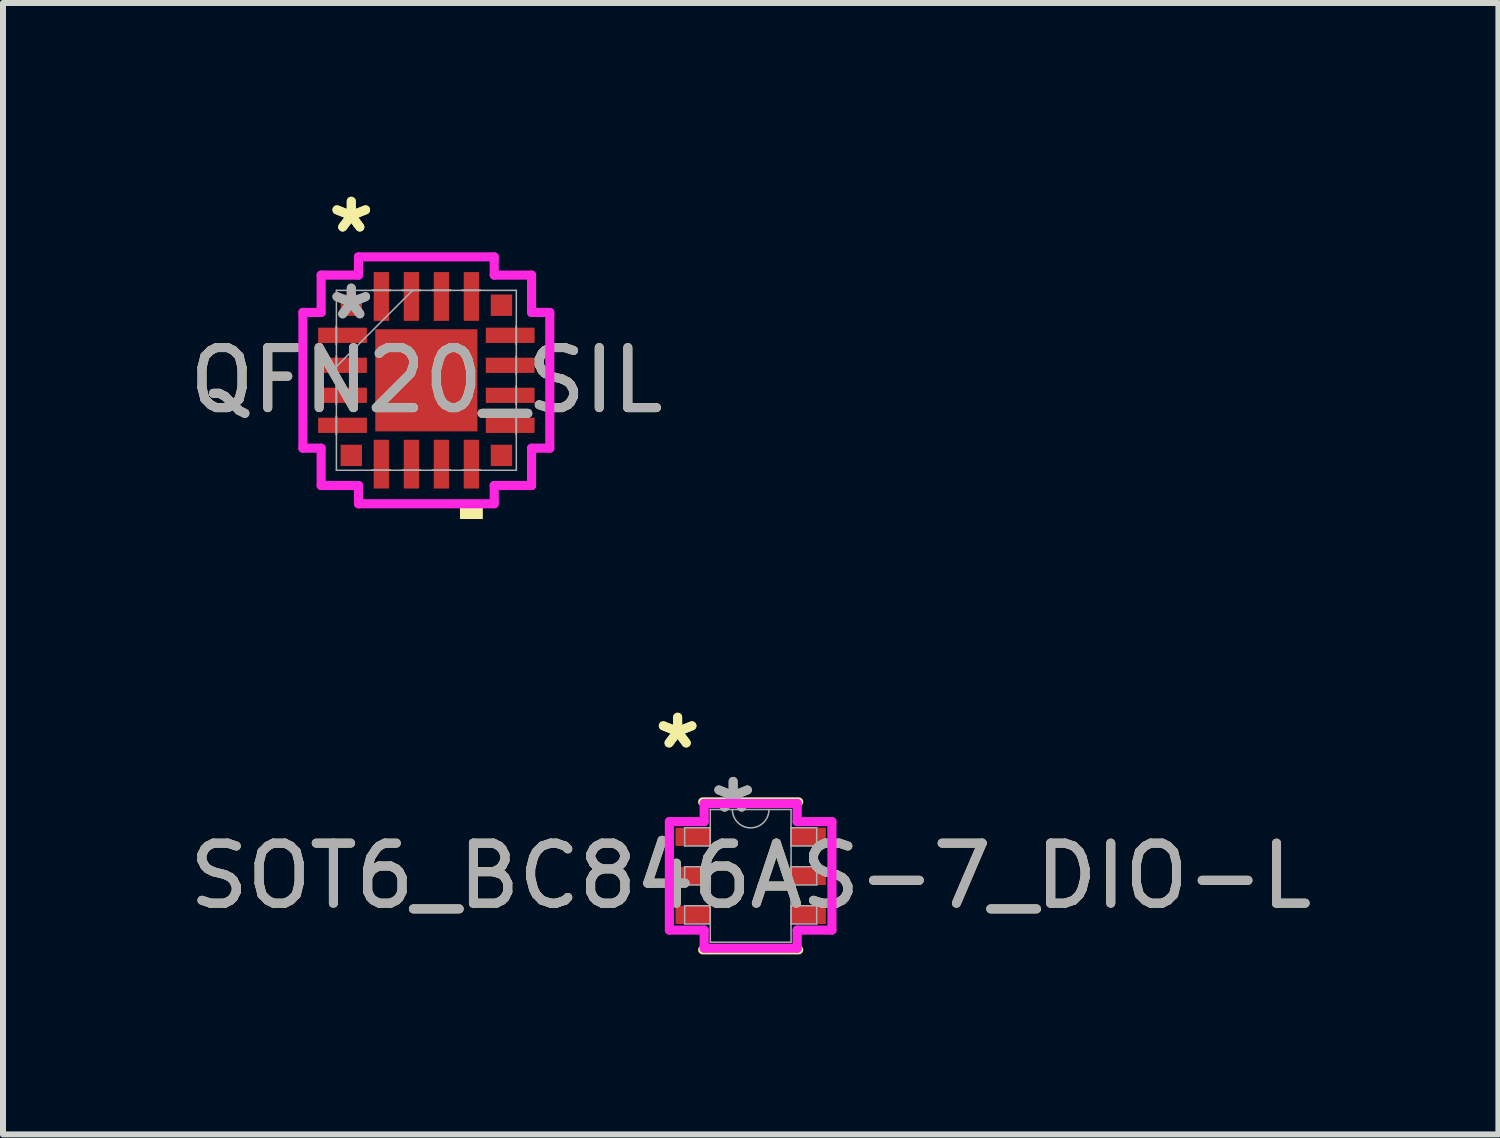
<source format=kicad_pcb>
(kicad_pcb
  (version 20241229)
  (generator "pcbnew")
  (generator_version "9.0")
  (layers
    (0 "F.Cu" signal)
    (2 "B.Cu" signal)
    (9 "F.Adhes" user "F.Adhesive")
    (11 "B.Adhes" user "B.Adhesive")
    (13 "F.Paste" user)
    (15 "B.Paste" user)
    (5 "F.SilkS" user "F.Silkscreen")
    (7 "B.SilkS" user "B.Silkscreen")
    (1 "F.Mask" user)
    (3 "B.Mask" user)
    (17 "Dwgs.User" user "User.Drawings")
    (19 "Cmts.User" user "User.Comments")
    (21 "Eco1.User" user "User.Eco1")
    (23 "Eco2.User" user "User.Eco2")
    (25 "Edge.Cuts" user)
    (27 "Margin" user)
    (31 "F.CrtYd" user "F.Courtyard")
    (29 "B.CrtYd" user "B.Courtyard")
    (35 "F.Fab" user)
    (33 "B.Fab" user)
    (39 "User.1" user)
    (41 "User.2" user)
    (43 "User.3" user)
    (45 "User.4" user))
  (footprint "QFN20_SIL"
    (layer "F.Cu")
    (at 4.054 3.287)
    (property "Reference" "QFN20_SIL" (at 0 0 0) (unlocked yes) (layer "F.SilkS") (effects (font (size 1 1) (thickness 0.15))))
    (attr smd)
    (fp_poly (pts (xy 0.56 2.057) (xy 0.56 2.311) (xy 0.941 2.311) (xy 0.941 2.057)) (stroke (width 0) (type solid)) (fill yes) (layer "F.SilkS"))
    (fp_line (start -2.057 -1.131) (end -1.753 -1.131) (stroke (width 0.152) (type solid)) (layer "F.CrtYd"))
    (fp_line (start -2.057 1.131) (end -2.057 -1.131) (stroke (width 0.152) (type solid)) (layer "F.CrtYd"))
    (fp_line (start -2.057 1.131) (end -1.753 1.131) (stroke (width 0.152) (type solid)) (layer "F.CrtYd"))
    (fp_line (start -1.753 -1.753) (end -1.131 -1.753) (stroke (width 0.152) (type solid)) (layer "F.CrtYd"))
    (fp_line (start -1.753 -1.131) (end -1.753 -1.753) (stroke (width 0.152) (type solid)) (layer "F.CrtYd"))
    (fp_line (start -1.753 1.753) (end -1.753 1.131) (stroke (width 0.152) (type solid)) (layer "F.CrtYd"))
    (fp_line (start -1.131 -2.057) (end 1.131 -2.057) (stroke (width 0.152) (type solid)) (layer "F.CrtYd"))
    (fp_line (start -1.131 -1.753) (end -1.131 -2.057) (stroke (width 0.152) (type solid)) (layer "F.CrtYd"))
    (fp_line (start -1.131 1.753) (end -1.753 1.753) (stroke (width 0.152) (type solid)) (layer "F.CrtYd"))
    (fp_line (start -1.131 2.057) (end -1.131 1.753) (stroke (width 0.152) (type solid)) (layer "F.CrtYd"))
    (fp_line (start 1.131 -2.057) (end 1.131 -1.753) (stroke (width 0.152) (type solid)) (layer "F.CrtYd"))
    (fp_line (start 1.131 -1.753) (end 1.753 -1.753) (stroke (width 0.152) (type solid)) (layer "F.CrtYd"))
    (fp_line (start 1.131 1.753) (end 1.131 2.057) (stroke (width 0.152) (type solid)) (layer "F.CrtYd"))
    (fp_line (start 1.131 2.057) (end -1.131 2.057) (stroke (width 0.152) (type solid)) (layer "F.CrtYd"))
    (fp_line (start 1.753 -1.753) (end 1.753 -1.131) (stroke (width 0.152) (type solid)) (layer "F.CrtYd"))
    (fp_line (start 1.753 -1.131) (end 2.057 -1.131) (stroke (width 0.152) (type solid)) (layer "F.CrtYd"))
    (fp_line (start 1.753 1.131) (end 1.753 1.753) (stroke (width 0.152) (type solid)) (layer "F.CrtYd"))
    (fp_line (start 1.753 1.753) (end 1.131 1.753) (stroke (width 0.152) (type solid)) (layer "F.CrtYd"))
    (fp_line (start 2.057 -1.131) (end 2.057 1.131) (stroke (width 0.152) (type solid)) (layer "F.CrtYd"))
    (fp_line (start 2.057 1.131) (end 1.753 1.131) (stroke (width 0.152) (type solid)) (layer "F.CrtYd"))
    (fp_line (start -1.499 -1.499) (end -1.499 1.499) (stroke (width 0.025) (type solid)) (layer "F.Fab"))
    (fp_line (start -1.499 -0.902) (end -1.499 -0.902) (stroke (width 0.025) (type solid)) (layer "F.Fab"))
    (fp_line (start -1.499 -0.902) (end -1.499 -0.598) (stroke (width 0.025) (type solid)) (layer "F.Fab"))
    (fp_line (start -1.499 -0.598) (end -1.499 -0.902) (stroke (width 0.025) (type solid)) (layer "F.Fab"))
    (fp_line (start -1.499 -0.598) (end -1.499 -0.598) (stroke (width 0.025) (type solid)) (layer "F.Fab"))
    (fp_line (start -1.499 -0.402) (end -1.499 -0.402) (stroke (width 0.025) (type solid)) (layer "F.Fab"))
    (fp_line (start -1.499 -0.402) (end -1.499 -0.098) (stroke (width 0.025) (type solid)) (layer "F.Fab"))
    (fp_line (start -1.499 -0.229) (end -0.229 -1.499) (stroke (width 0.025) (type solid)) (layer "F.Fab"))
    (fp_line (start -1.499 -0.098) (end -1.499 -0.402) (stroke (width 0.025) (type solid)) (layer "F.Fab"))
    (fp_line (start -1.499 -0.098) (end -1.499 -0.098) (stroke (width 0.025) (type solid)) (layer "F.Fab"))
    (fp_line (start -1.499 0.098) (end -1.499 0.098) (stroke (width 0.025) (type solid)) (layer "F.Fab"))
    (fp_line (start -1.499 0.098) (end -1.499 0.402) (stroke (width 0.025) (type solid)) (layer "F.Fab"))
    (fp_line (start -1.499 0.402) (end -1.499 0.098) (stroke (width 0.025) (type solid)) (layer "F.Fab"))
    (fp_line (start -1.499 0.402) (end -1.499 0.402) (stroke (width 0.025) (type solid)) (layer "F.Fab"))
    (fp_line (start -1.499 0.598) (end -1.499 0.598) (stroke (width 0.025) (type solid)) (layer "F.Fab"))
    (fp_line (start -1.499 0.598) (end -1.499 0.902) (stroke (width 0.025) (type solid)) (layer "F.Fab"))
    (fp_line (start -1.499 0.902) (end -1.499 0.598) (stroke (width 0.025) (type solid)) (layer "F.Fab"))
    (fp_line (start -1.499 0.902) (end -1.499 0.902) (stroke (width 0.025) (type solid)) (layer "F.Fab"))
    (fp_line (start -1.499 1.499) (end 1.499 1.499) (stroke (width 0.025) (type solid)) (layer "F.Fab"))
    (fp_line (start -0.902 -1.499) (end -0.902 -1.499) (stroke (width 0.025) (type solid)) (layer "F.Fab"))
    (fp_line (start -0.902 -1.499) (end -0.598 -1.499) (stroke (width 0.025) (type solid)) (layer "F.Fab"))
    (fp_line (start -0.902 1.499) (end -0.902 1.499) (stroke (width 0.025) (type solid)) (layer "F.Fab"))
    (fp_line (start -0.902 1.499) (end -0.598 1.499) (stroke (width 0.025) (type solid)) (layer "F.Fab"))
    (fp_line (start -0.598 -1.499) (end -0.902 -1.499) (stroke (width 0.025) (type solid)) (layer "F.Fab"))
    (fp_line (start -0.598 -1.499) (end -0.598 -1.499) (stroke (width 0.025) (type solid)) (layer "F.Fab"))
    (fp_line (start -0.598 1.499) (end -0.902 1.499) (stroke (width 0.025) (type solid)) (layer "F.Fab"))
    (fp_line (start -0.598 1.499) (end -0.598 1.499) (stroke (width 0.025) (type solid)) (layer "F.Fab"))
    (fp_line (start -0.402 -1.499) (end -0.402 -1.499) (stroke (width 0.025) (type solid)) (layer "F.Fab"))
    (fp_line (start -0.402 -1.499) (end -0.098 -1.499) (stroke (width 0.025) (type solid)) (layer "F.Fab"))
    (fp_line (start -0.402 1.499) (end -0.402 1.499) (stroke (width 0.025) (type solid)) (layer "F.Fab"))
    (fp_line (start -0.402 1.499) (end -0.098 1.499) (stroke (width 0.025) (type solid)) (layer "F.Fab"))
    (fp_line (start -0.098 -1.499) (end -0.402 -1.499) (stroke (width 0.025) (type solid)) (layer "F.Fab"))
    (fp_line (start -0.098 -1.499) (end -0.098 -1.499) (stroke (width 0.025) (type solid)) (layer "F.Fab"))
    (fp_line (start -0.098 1.499) (end -0.402 1.499) (stroke (width 0.025) (type solid)) (layer "F.Fab"))
    (fp_line (start -0.098 1.499) (end -0.098 1.499) (stroke (width 0.025) (type solid)) (layer "F.Fab"))
    (fp_line (start 0.098 -1.499) (end 0.098 -1.499) (stroke (width 0.025) (type solid)) (layer "F.Fab"))
    (fp_line (start 0.098 -1.499) (end 0.402 -1.499) (stroke (width 0.025) (type solid)) (layer "F.Fab"))
    (fp_line (start 0.098 1.499) (end 0.098 1.499) (stroke (width 0.025) (type solid)) (layer "F.Fab"))
    (fp_line (start 0.098 1.499) (end 0.402 1.499) (stroke (width 0.025) (type solid)) (layer "F.Fab"))
    (fp_line (start 0.402 -1.499) (end 0.098 -1.499) (stroke (width 0.025) (type solid)) (layer "F.Fab"))
    (fp_line (start 0.402 -1.499) (end 0.402 -1.499) (stroke (width 0.025) (type solid)) (layer "F.Fab"))
    (fp_line (start 0.402 1.499) (end 0.098 1.499) (stroke (width 0.025) (type solid)) (layer "F.Fab"))
    (fp_line (start 0.402 1.499) (end 0.402 1.499) (stroke (width 0.025) (type solid)) (layer "F.Fab"))
    (fp_line (start 0.598 -1.499) (end 0.598 -1.499) (stroke (width 0.025) (type solid)) (layer "F.Fab"))
    (fp_line (start 0.598 -1.499) (end 0.902 -1.499) (stroke (width 0.025) (type solid)) (layer "F.Fab"))
    (fp_line (start 0.598 1.499) (end 0.598 1.499) (stroke (width 0.025) (type solid)) (layer "F.Fab"))
    (fp_line (start 0.598 1.499) (end 0.902 1.499) (stroke (width 0.025) (type solid)) (layer "F.Fab"))
    (fp_line (start 0.902 -1.499) (end 0.598 -1.499) (stroke (width 0.025) (type solid)) (layer "F.Fab"))
    (fp_line (start 0.902 -1.499) (end 0.902 -1.499) (stroke (width 0.025) (type solid)) (layer "F.Fab"))
    (fp_line (start 0.902 1.499) (end 0.598 1.499) (stroke (width 0.025) (type solid)) (layer "F.Fab"))
    (fp_line (start 0.902 1.499) (end 0.902 1.499) (stroke (width 0.025) (type solid)) (layer "F.Fab"))
    (fp_line (start 1.499 -1.499) (end -1.499 -1.499) (stroke (width 0.025) (type solid)) (layer "F.Fab"))
    (fp_line (start 1.499 -0.902) (end 1.499 -0.902) (stroke (width 0.025) (type solid)) (layer "F.Fab"))
    (fp_line (start 1.499 -0.902) (end 1.499 -0.598) (stroke (width 0.025) (type solid)) (layer "F.Fab"))
    (fp_line (start 1.499 -0.598) (end 1.499 -0.902) (stroke (width 0.025) (type solid)) (layer "F.Fab"))
    (fp_line (start 1.499 -0.598) (end 1.499 -0.598) (stroke (width 0.025) (type solid)) (layer "F.Fab"))
    (fp_line (start 1.499 -0.402) (end 1.499 -0.402) (stroke (width 0.025) (type solid)) (layer "F.Fab"))
    (fp_line (start 1.499 -0.402) (end 1.499 -0.098) (stroke (width 0.025) (type solid)) (layer "F.Fab"))
    (fp_line (start 1.499 -0.098) (end 1.499 -0.402) (stroke (width 0.025) (type solid)) (layer "F.Fab"))
    (fp_line (start 1.499 -0.098) (end 1.499 -0.098) (stroke (width 0.025) (type solid)) (layer "F.Fab"))
    (fp_line (start 1.499 0.098) (end 1.499 0.098) (stroke (width 0.025) (type solid)) (layer "F.Fab"))
    (fp_line (start 1.499 0.098) (end 1.499 0.402) (stroke (width 0.025) (type solid)) (layer "F.Fab"))
    (fp_line (start 1.499 0.402) (end 1.499 0.098) (stroke (width 0.025) (type solid)) (layer "F.Fab"))
    (fp_line (start 1.499 0.402) (end 1.499 0.402) (stroke (width 0.025) (type solid)) (layer "F.Fab"))
    (fp_line (start 1.499 0.598) (end 1.499 0.598) (stroke (width 0.025) (type solid)) (layer "F.Fab"))
    (fp_line (start 1.499 0.598) (end 1.499 0.902) (stroke (width 0.025) (type solid)) (layer "F.Fab"))
    (fp_line (start 1.499 0.902) (end 1.499 0.598) (stroke (width 0.025) (type solid)) (layer "F.Fab"))
    (fp_line (start 1.499 0.902) (end 1.499 0.902) (stroke (width 0.025) (type solid)) (layer "F.Fab"))
    (fp_line (start 1.499 1.499) (end 1.499 -1.499) (stroke (width 0.025) (type solid)) (layer "F.Fab"))
    (fp_text user "*" (at -1.251 -2.438 0) (layer "F.SilkS") (effects (font (size 1 1) (thickness 0.15))))
    (fp_text user "*" (at -1.251 -2.438 0) (unlocked yes) (layer "F.SilkS") (effects (font (size 1 1) (thickness 0.15))))
    (fp_text user "${REFERENCE}" (at 0 0 0) (unlocked yes) (layer "F.Fab") (effects (font (size 1 1) (thickness 0.15))))
    (fp_text user "*" (at -1.251 -0.991 0) (layer "F.Fab") (effects (font (size 1 1) (thickness 0.15))))
    (fp_text user "*" (at -1.251 -0.991 0) (unlocked yes) (layer "F.Fab") (effects (font (size 1 1) (thickness 0.15))))
    (pad "1" smd rect (at -1.251 -1.251) (size 0.356 0.356) (layers "F.Cu" "F.Mask" "F.Paste"))
    (pad "2" smd rect (at -1.397 -0.75 90) (size 0.254 0.813) (layers "F.Cu" "F.Mask" "F.Paste"))
    (pad "3" smd rect (at -1.397 -0.25 90) (size 0.254 0.813) (layers "F.Cu" "F.Mask" "F.Paste"))
    (pad "4" smd rect (at -1.397 0.25 90) (size 0.254 0.813) (layers "F.Cu" "F.Mask" "F.Paste"))
    (pad "5" smd rect (at -1.397 0.75 90) (size 0.254 0.813) (layers "F.Cu" "F.Mask" "F.Paste"))
    (pad "6" smd rect (at -1.251 1.251) (size 0.356 0.356) (layers "F.Cu" "F.Mask" "F.Paste"))
    (pad "7" smd rect (at -0.75 1.397) (size 0.254 0.813) (layers "F.Cu" "F.Mask" "F.Paste"))
    (pad "8" smd rect (at -0.25 1.397) (size 0.254 0.813) (layers "F.Cu" "F.Mask" "F.Paste"))
    (pad "9" smd rect (at 0.25 1.397) (size 0.254 0.813) (layers "F.Cu" "F.Mask" "F.Paste"))
    (pad "10" smd rect (at 0.75 1.397) (size 0.254 0.813) (layers "F.Cu" "F.Mask" "F.Paste"))
    (pad "11" smd rect (at 1.251 1.251) (size 0.356 0.356) (layers "F.Cu" "F.Mask" "F.Paste"))
    (pad "12" smd rect (at 1.397 0.75 90) (size 0.254 0.813) (layers "F.Cu" "F.Mask" "F.Paste"))
    (pad "13" smd rect (at 1.397 0.25 90) (size 0.254 0.813) (layers "F.Cu" "F.Mask" "F.Paste"))
    (pad "14" smd rect (at 1.397 -0.25 90) (size 0.254 0.813) (layers "F.Cu" "F.Mask" "F.Paste"))
    (pad "15" smd rect (at 1.397 -0.75 90) (size 0.254 0.813) (layers "F.Cu" "F.Mask" "F.Paste"))
    (pad "16" smd rect (at 1.251 -1.251) (size 0.356 0.356) (layers "F.Cu" "F.Mask" "F.Paste"))
    (pad "17" smd rect (at 0.75 -1.397) (size 0.254 0.813) (layers "F.Cu" "F.Mask" "F.Paste"))
    (pad "18" smd rect (at 0.25 -1.397) (size 0.254 0.813) (layers "F.Cu" "F.Mask" "F.Paste"))
    (pad "19" smd rect (at -0.25 -1.397) (size 0.254 0.813) (layers "F.Cu" "F.Mask" "F.Paste"))
    (pad "20" smd rect (at -0.75 -1.397) (size 0.254 0.813) (layers "F.Cu" "F.Mask" "F.Paste"))
    (pad "21" smd rect (at 0 0) (size 1.702 1.702) (layers "F.Cu" "F.Mask" "F.Paste")))
  (footprint "SOT6_BC846AS-7_DIO-L"
    (layer "F.Cu")
    (at 9.458 11.544)
    (property "Reference" "SOT6_BC846AS-7_DIO-L" (at 0 0 0) (unlocked yes) (layer "F.SilkS") (effects (font (size 1 1) (thickness 0.15))))
    (attr smd)
    (fp_line (start -0.8 1.232) (end 0.8 1.232) (stroke (width 0.152) (type solid)) (layer "F.SilkS"))
    (fp_line (start 0.8 -1.232) (end -0.8 -1.232) (stroke (width 0.152) (type solid)) (layer "F.SilkS"))
    (fp_line (start -1.354 -0.904) (end -0.775 -0.904) (stroke (width 0.152) (type solid)) (layer "F.CrtYd"))
    (fp_line (start -1.354 0.904) (end -1.354 -0.904) (stroke (width 0.152) (type solid)) (layer "F.CrtYd"))
    (fp_line (start -1.354 0.904) (end -0.775 0.904) (stroke (width 0.152) (type solid)) (layer "F.CrtYd"))
    (fp_line (start -0.775 -1.206) (end 0.775 -1.206) (stroke (width 0.152) (type solid)) (layer "F.CrtYd"))
    (fp_line (start -0.775 -0.904) (end -0.775 -1.206) (stroke (width 0.152) (type solid)) (layer "F.CrtYd"))
    (fp_line (start -0.775 1.206) (end -0.775 0.904) (stroke (width 0.152) (type solid)) (layer "F.CrtYd"))
    (fp_line (start 0.775 -1.206) (end 0.775 -0.904) (stroke (width 0.152) (type solid)) (layer "F.CrtYd"))
    (fp_line (start 0.775 0.904) (end 0.775 1.206) (stroke (width 0.152) (type solid)) (layer "F.CrtYd"))
    (fp_line (start 0.775 1.206) (end -0.775 1.206) (stroke (width 0.152) (type solid)) (layer "F.CrtYd"))
    (fp_line (start 1.354 -0.904) (end 0.775 -0.904) (stroke (width 0.152) (type solid)) (layer "F.CrtYd"))
    (fp_line (start 1.354 -0.904) (end 1.354 0.904) (stroke (width 0.152) (type solid)) (layer "F.CrtYd"))
    (fp_line (start 1.354 0.904) (end 0.775 0.904) (stroke (width 0.152) (type solid)) (layer "F.CrtYd"))
    (fp_line (start -1.1 -0.802) (end -1.1 -0.498) (stroke (width 0.025) (type solid)) (layer "F.Fab"))
    (fp_line (start -1.1 -0.498) (end -0.673 -0.498) (stroke (width 0.025) (type solid)) (layer "F.Fab"))
    (fp_line (start -1.1 -0.152) (end -1.1 0.152) (stroke (width 0.025) (type solid)) (layer "F.Fab"))
    (fp_line (start -1.1 0.152) (end -0.673 0.152) (stroke (width 0.025) (type solid)) (layer "F.Fab"))
    (fp_line (start -1.1 0.498) (end -1.1 0.802) (stroke (width 0.025) (type solid)) (layer "F.Fab"))
    (fp_line (start -1.1 0.802) (end -0.673 0.802) (stroke (width 0.025) (type solid)) (layer "F.Fab"))
    (fp_line (start -0.673 -1.105) (end -0.673 1.105) (stroke (width 0.025) (type solid)) (layer "F.Fab"))
    (fp_line (start -0.673 -0.802) (end -1.1 -0.802) (stroke (width 0.025) (type solid)) (layer "F.Fab"))
    (fp_line (start -0.673 -0.498) (end -0.673 -0.802) (stroke (width 0.025) (type solid)) (layer "F.Fab"))
    (fp_line (start -0.673 -0.152) (end -1.1 -0.152) (stroke (width 0.025) (type solid)) (layer "F.Fab"))
    (fp_line (start -0.673 0.152) (end -0.673 -0.152) (stroke (width 0.025) (type solid)) (layer "F.Fab"))
    (fp_line (start -0.673 0.498) (end -1.1 0.498) (stroke (width 0.025) (type solid)) (layer "F.Fab"))
    (fp_line (start -0.673 0.802) (end -0.673 0.498) (stroke (width 0.025) (type solid)) (layer "F.Fab"))
    (fp_line (start -0.673 1.105) (end 0.673 1.105) (stroke (width 0.025) (type solid)) (layer "F.Fab"))
    (fp_line (start 0.673 -1.105) (end -0.673 -1.105) (stroke (width 0.025) (type solid)) (layer "F.Fab"))
    (fp_line (start 0.673 -0.802) (end 0.673 -0.498) (stroke (width 0.025) (type solid)) (layer "F.Fab"))
    (fp_line (start 0.673 -0.498) (end 1.1 -0.498) (stroke (width 0.025) (type solid)) (layer "F.Fab"))
    (fp_line (start 0.673 -0.152) (end 0.673 0.152) (stroke (width 0.025) (type solid)) (layer "F.Fab"))
    (fp_line (start 0.673 0.152) (end 1.1 0.152) (stroke (width 0.025) (type solid)) (layer "F.Fab"))
    (fp_line (start 0.673 0.498) (end 0.673 0.802) (stroke (width 0.025) (type solid)) (layer "F.Fab"))
    (fp_line (start 0.673 0.802) (end 1.1 0.802) (stroke (width 0.025) (type solid)) (layer "F.Fab"))
    (fp_line (start 0.673 1.105) (end 0.673 -1.105) (stroke (width 0.025) (type solid)) (layer "F.Fab"))
    (fp_line (start 1.1 -0.802) (end 0.673 -0.802) (stroke (width 0.025) (type solid)) (layer "F.Fab"))
    (fp_line (start 1.1 -0.498) (end 1.1 -0.802) (stroke (width 0.025) (type solid)) (layer "F.Fab"))
    (fp_line (start 1.1 -0.152) (end 0.673 -0.152) (stroke (width 0.025) (type solid)) (layer "F.Fab"))
    (fp_line (start 1.1 0.152) (end 1.1 -0.152) (stroke (width 0.025) (type solid)) (layer "F.Fab"))
    (fp_line (start 1.1 0.498) (end 0.673 0.498) (stroke (width 0.025) (type solid)) (layer "F.Fab"))
    (fp_line (start 1.1 0.802) (end 1.1 0.498) (stroke (width 0.025) (type solid)) (layer "F.Fab"))
    (fp_arc (start 0.3048 -1.1049) (mid 0 -0.8001) (end -0.3048 -1.1049) (stroke (width 0.0254) (type solid)) (layer "F.Fab"))
    (fp_text user "*" (at -1.217 -2.098 0) (layer "F.SilkS") (effects (font (size 1 1) (thickness 0.15))))
    (fp_text user "*" (at -1.217 -2.098 0) (unlocked yes) (layer "F.SilkS") (effects (font (size 1 1) (thickness 0.15))))
    (fp_text user "*" (at -0.292 -1.029 0) (layer "F.Fab") (effects (font (size 1 1) (thickness 0.15))))
    (fp_text user "*" (at -0.292 -1.029 0) (unlocked yes) (layer "F.Fab") (effects (font (size 1 1) (thickness 0.15))))
    (fp_text user "${REFERENCE}" (at 0 0 0) (unlocked yes) (layer "F.Fab") (effects (font (size 1 1) (thickness 0.15))))
    (pad "1" smd rect (at -0.963 -0.65) (size 0.579 0.305) (layers "F.Cu" "F.Mask" "F.Paste"))
    (pad "2" smd rect (at -0.963 0) (size 0.579 0.305) (layers "F.Cu" "F.Mask" "F.Paste"))
    (pad "3" smd rect (at -0.963 0.65) (size 0.579 0.305) (layers "F.Cu" "F.Mask" "F.Paste"))
    (pad "4" smd rect (at 0.963 0.65) (size 0.579 0.305) (layers "F.Cu" "F.Mask" "F.Paste"))
    (pad "5" smd rect (at 0.963 0) (size 0.579 0.305) (layers "F.Cu" "F.Mask" "F.Paste"))
    (pad "6" smd rect (at 0.963 -0.65) (size 0.579 0.305) (layers "F.Cu" "F.Mask" "F.Paste")))
  (gr_rect
    (start -3 -3)
    (end 21.917 15.852)
    (stroke (width 0.1) (type default))
    (fill no)
    (layer "Edge.Cuts")))
</source>
